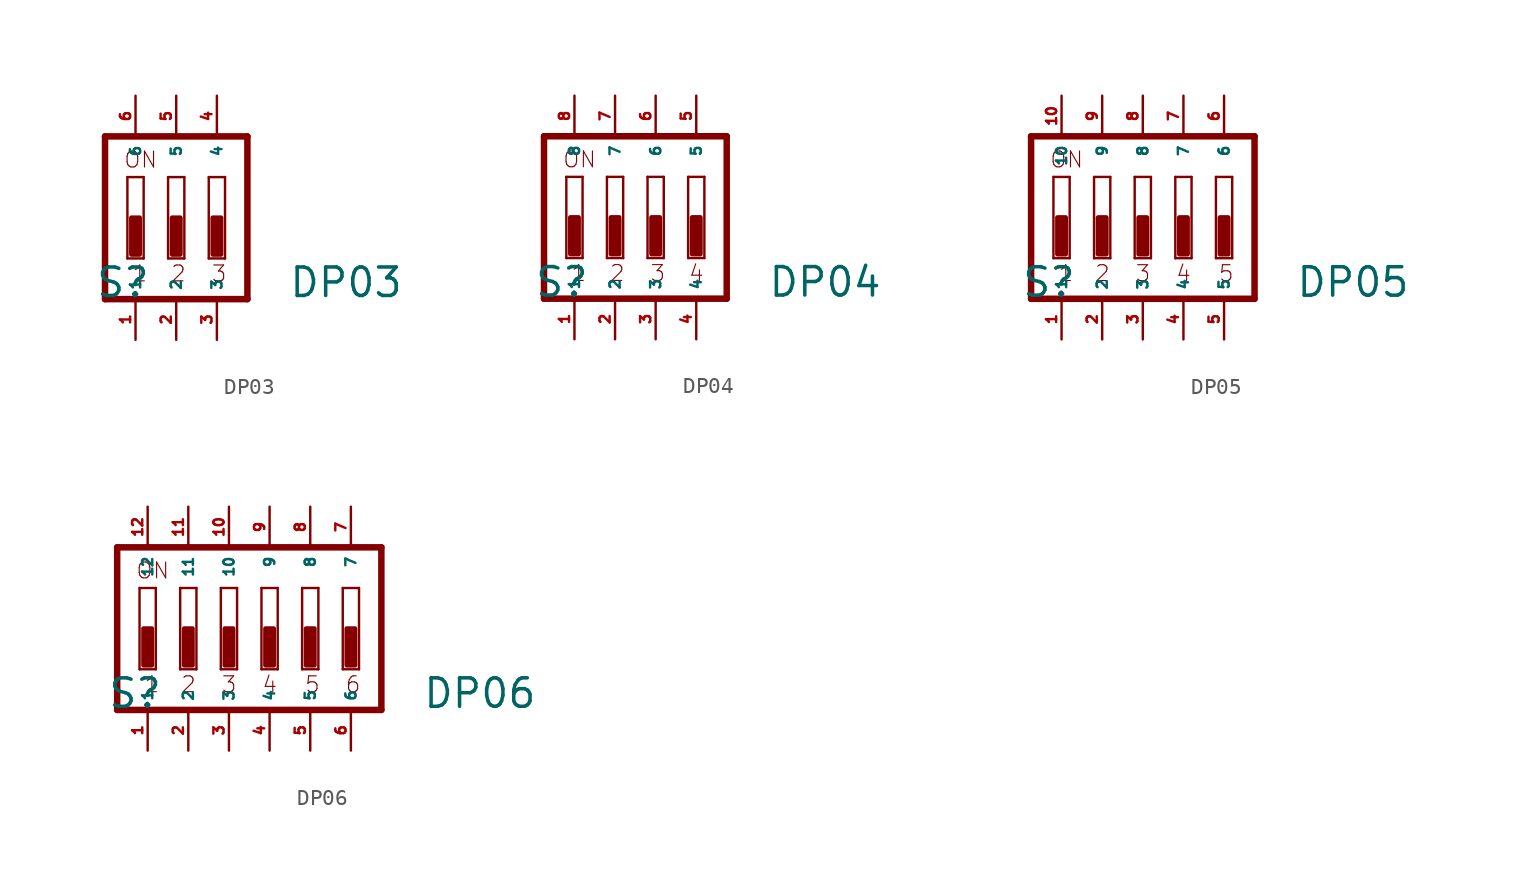
<source format=kicad_sym>
(kicad_symbol_lib
  (version 20220914)
  (generator Eagle2Kicad)
  (symbol "DP03"
    (property "Reference" "S"
      (at -5.08 -5.08 0)
      (effects (font (size 1.778 1.778) (thickness 0.22)) (justify left bottom)))
    (property "Value" "DP03"
      (at 6.985 -5.08 0)
      (effects (font (size 1.778 1.778) (thickness 0.22)) (justify left bottom)))
    (polyline
      (pts (xy 4.445 5.08) (xy 4.445 -5.08))
      (stroke (width 0.406) (type default))
      (fill (type none)))
    (polyline
      (pts (xy 4.445 5.08) (xy -4.445 5.08))
      (stroke (width 0.406) (type default))
      (fill (type none)))
    (polyline
      (pts (xy -4.445 5.08) (xy -4.445 -5.08))
      (stroke (width 0.406) (type default))
      (fill (type none)))
    (polyline
      (pts (xy -4.445 -5.08) (xy 4.445 -5.08))
      (stroke (width 0.406) (type default))
      (fill (type none)))
    (polyline
      (pts (xy -2.032 -2.54) (xy -3.048 -2.54))
      (stroke (width 0.152) (type default))
      (fill (type none)))
    (polyline
      (pts (xy -3.048 2.54) (xy -2.032 2.54))
      (stroke (width 0.152) (type default))
      (fill (type none)))
    (polyline
      (pts (xy -2.032 2.54) (xy -2.032 -2.54))
      (stroke (width 0.152) (type default))
      (fill (type none)))
    (polyline
      (pts (xy -3.048 -2.54) (xy -3.048 2.54))
      (stroke (width 0.152) (type default))
      (fill (type none)))
    (polyline
      (pts (xy 0.508 -2.54) (xy -0.508 -2.54))
      (stroke (width 0.152) (type default))
      (fill (type none)))
    (polyline
      (pts (xy -0.508 2.54) (xy 0.508 2.54))
      (stroke (width 0.152) (type default))
      (fill (type none)))
    (polyline
      (pts (xy 0.508 2.54) (xy 0.508 -2.54))
      (stroke (width 0.152) (type default))
      (fill (type none)))
    (polyline
      (pts (xy -0.508 -2.54) (xy -0.508 2.54))
      (stroke (width 0.152) (type default))
      (fill (type none)))
    (polyline
      (pts (xy 3.048 -2.54) (xy 2.032 -2.54))
      (stroke (width 0.152) (type default))
      (fill (type none)))
    (polyline
      (pts (xy 2.032 2.54) (xy 3.048 2.54))
      (stroke (width 0.152) (type default))
      (fill (type none)))
    (polyline
      (pts (xy 3.048 2.54) (xy 3.048 -2.54))
      (stroke (width 0.152) (type default))
      (fill (type none)))
    (polyline
      (pts (xy 2.032 -2.54) (xy 2.032 2.54))
      (stroke (width 0.152) (type default))
      (fill (type none)))
    (text "1"
      (at -2.794 -4.064 0)
      (effects (font (size 0.991 0.991) (thickness 0.07)) (justify left bottom)))
    (text "2"
      (at -0.381 -4.064 0)
      (effects (font (size 0.991 0.991) (thickness 0.07)) (justify left bottom)))
    (text "3"
      (at 2.159 -4.064 0)
      (effects (font (size 0.991 0.991) (thickness 0.07)) (justify left bottom)))
    (text "ON"
      (at -3.302 3.048 0)
      (effects (font (size 0.991 0.991) (thickness 0.07)) (justify left bottom)))
    (rectangle
      (start -2.794 -2.286)
      (end -2.286 0)
      (stroke (width 0.3) (type default))
      (fill (type outline)))
    (rectangle
      (start -0.254 -2.286)
      (end 0.254 0)
      (stroke (width 0.3) (type default))
      (fill (type outline)))
    (rectangle
      (start 2.286 -2.286)
      (end 2.794 0)
      (stroke (width 0.3) (type default))
      (fill (type outline)))
    (pin passive line
      (at 2.54 7.62 270)
      (length 2.54)
      (name "4" (effects (font (size 0.635 0.635) (thickness 0.08)) (justify left bottom)))
      (number "4" (effects (font (size 0.635 0.635) (thickness 0.08)) (justify left bottom))))
    (pin passive line
      (at 0 7.62 270)
      (length 2.54)
      (name "5" (effects (font (size 0.635 0.635) (thickness 0.08)) (justify left bottom)))
      (number "5" (effects (font (size 0.635 0.635) (thickness 0.08)) (justify left bottom))))
    (pin passive line
      (at -2.54 7.62 270)
      (length 2.54)
      (name "6" (effects (font (size 0.635 0.635) (thickness 0.08)) (justify left bottom)))
      (number "6" (effects (font (size 0.635 0.635) (thickness 0.08)) (justify left bottom))))
    (pin passive line
      (at -2.54 -7.62 90)
      (length 2.54)
      (name "1" (effects (font (size 0.635 0.635) (thickness 0.08)) (justify left bottom)))
      (number "1" (effects (font (size 0.635 0.635) (thickness 0.08)) (justify left bottom))))
    (pin passive line
      (at 0 -7.62 90)
      (length 2.54)
      (name "2" (effects (font (size 0.635 0.635) (thickness 0.08)) (justify left bottom)))
      (number "2" (effects (font (size 0.635 0.635) (thickness 0.08)) (justify left bottom))))
    (pin passive line
      (at 2.54 -7.62 90)
      (length 2.54)
      (name "3" (effects (font (size 0.635 0.635) (thickness 0.08)) (justify left bottom)))
      (number "3" (effects (font (size 0.635 0.635) (thickness 0.08)) (justify left bottom)))))
  (symbol "DP04"
    (property "Reference" "S"
      (at -5.08 -5.08 0)
      (effects (font (size 1.778 1.778) (thickness 0.22)) (justify left bottom)))
    (property "Value" "DP04"
      (at 9.525 -5.08 0)
      (effects (font (size 1.778 1.778) (thickness 0.22)) (justify left bottom)))
    (polyline
      (pts (xy 6.985 5.08) (xy -4.445 5.08))
      (stroke (width 0.406) (type default))
      (fill (type none)))
    (polyline
      (pts (xy -4.445 5.08) (xy -4.445 -5.08))
      (stroke (width 0.406) (type default))
      (fill (type none)))
    (polyline
      (pts (xy -4.445 -5.08) (xy 6.985 -5.08))
      (stroke (width 0.406) (type default))
      (fill (type none)))
    (polyline
      (pts (xy 6.985 -5.08) (xy 6.985 5.08))
      (stroke (width 0.406) (type default))
      (fill (type none)))
    (polyline
      (pts (xy -2.032 -2.54) (xy -3.048 -2.54))
      (stroke (width 0.152) (type default))
      (fill (type none)))
    (polyline
      (pts (xy -3.048 2.54) (xy -2.032 2.54))
      (stroke (width 0.152) (type default))
      (fill (type none)))
    (polyline
      (pts (xy -2.032 2.54) (xy -2.032 -2.54))
      (stroke (width 0.152) (type default))
      (fill (type none)))
    (polyline
      (pts (xy -3.048 -2.54) (xy -3.048 2.54))
      (stroke (width 0.152) (type default))
      (fill (type none)))
    (polyline
      (pts (xy 0.508 -2.54) (xy -0.508 -2.54))
      (stroke (width 0.152) (type default))
      (fill (type none)))
    (polyline
      (pts (xy -0.508 2.54) (xy 0.508 2.54))
      (stroke (width 0.152) (type default))
      (fill (type none)))
    (polyline
      (pts (xy 0.508 2.54) (xy 0.508 -2.54))
      (stroke (width 0.152) (type default))
      (fill (type none)))
    (polyline
      (pts (xy -0.508 -2.54) (xy -0.508 2.54))
      (stroke (width 0.152) (type default))
      (fill (type none)))
    (polyline
      (pts (xy 3.048 -2.54) (xy 2.032 -2.54))
      (stroke (width 0.152) (type default))
      (fill (type none)))
    (polyline
      (pts (xy 2.032 2.54) (xy 3.048 2.54))
      (stroke (width 0.152) (type default))
      (fill (type none)))
    (polyline
      (pts (xy 3.048 2.54) (xy 3.048 -2.54))
      (stroke (width 0.152) (type default))
      (fill (type none)))
    (polyline
      (pts (xy 2.032 -2.54) (xy 2.032 2.54))
      (stroke (width 0.152) (type default))
      (fill (type none)))
    (polyline
      (pts (xy 5.588 -2.54) (xy 4.572 -2.54))
      (stroke (width 0.152) (type default))
      (fill (type none)))
    (polyline
      (pts (xy 4.572 2.54) (xy 5.588 2.54))
      (stroke (width 0.152) (type default))
      (fill (type none)))
    (polyline
      (pts (xy 5.588 2.54) (xy 5.588 -2.54))
      (stroke (width 0.152) (type default))
      (fill (type none)))
    (polyline
      (pts (xy 4.572 -2.54) (xy 4.572 2.54))
      (stroke (width 0.152) (type default))
      (fill (type none)))
    (text "1"
      (at -2.794 -4.064 0)
      (effects (font (size 0.991 0.991) (thickness 0.07)) (justify left bottom)))
    (text "2"
      (at -0.381 -4.064 0)
      (effects (font (size 0.991 0.991) (thickness 0.07)) (justify left bottom)))
    (text "3"
      (at 2.159 -4.064 0)
      (effects (font (size 0.991 0.991) (thickness 0.07)) (justify left bottom)))
    (text "4"
      (at 4.572 -4.064 0)
      (effects (font (size 0.991 0.991) (thickness 0.07)) (justify left bottom)))
    (text "ON"
      (at -3.302 3.048 0)
      (effects (font (size 0.991 0.991) (thickness 0.07)) (justify left bottom)))
    (rectangle
      (start -2.794 -2.286)
      (end -2.286 0)
      (stroke (width 0.3) (type default))
      (fill (type outline)))
    (rectangle
      (start -0.254 -2.286)
      (end 0.254 0)
      (stroke (width 0.3) (type default))
      (fill (type outline)))
    (rectangle
      (start 2.286 -2.286)
      (end 2.794 0)
      (stroke (width 0.3) (type default))
      (fill (type outline)))
    (rectangle
      (start 4.826 -2.286)
      (end 5.334 0)
      (stroke (width 0.3) (type default))
      (fill (type outline)))
    (pin passive line
      (at 5.08 7.62 270)
      (length 2.54)
      (name "5" (effects (font (size 0.635 0.635) (thickness 0.08)) (justify left bottom)))
      (number "5" (effects (font (size 0.635 0.635) (thickness 0.08)) (justify left bottom))))
    (pin passive line
      (at 2.54 7.62 270)
      (length 2.54)
      (name "6" (effects (font (size 0.635 0.635) (thickness 0.08)) (justify left bottom)))
      (number "6" (effects (font (size 0.635 0.635) (thickness 0.08)) (justify left bottom))))
    (pin passive line
      (at 0 7.62 270)
      (length 2.54)
      (name "7" (effects (font (size 0.635 0.635) (thickness 0.08)) (justify left bottom)))
      (number "7" (effects (font (size 0.635 0.635) (thickness 0.08)) (justify left bottom))))
    (pin passive line
      (at -2.54 7.62 270)
      (length 2.54)
      (name "8" (effects (font (size 0.635 0.635) (thickness 0.08)) (justify left bottom)))
      (number "8" (effects (font (size 0.635 0.635) (thickness 0.08)) (justify left bottom))))
    (pin passive line
      (at -2.54 -7.62 90)
      (length 2.54)
      (name "1" (effects (font (size 0.635 0.635) (thickness 0.08)) (justify left bottom)))
      (number "1" (effects (font (size 0.635 0.635) (thickness 0.08)) (justify left bottom))))
    (pin passive line
      (at 0 -7.62 90)
      (length 2.54)
      (name "2" (effects (font (size 0.635 0.635) (thickness 0.08)) (justify left bottom)))
      (number "2" (effects (font (size 0.635 0.635) (thickness 0.08)) (justify left bottom))))
    (pin passive line
      (at 2.54 -7.62 90)
      (length 2.54)
      (name "3" (effects (font (size 0.635 0.635) (thickness 0.08)) (justify left bottom)))
      (number "3" (effects (font (size 0.635 0.635) (thickness 0.08)) (justify left bottom))))
    (pin passive line
      (at 5.08 -7.62 90)
      (length 2.54)
      (name "4" (effects (font (size 0.635 0.635) (thickness 0.08)) (justify left bottom)))
      (number "4" (effects (font (size 0.635 0.635) (thickness 0.08)) (justify left bottom)))))
  (symbol "DP05"
    (property "Reference" "S"
      (at -7.62 -5.08 0)
      (effects (font (size 1.778 1.778) (thickness 0.22)) (justify left bottom)))
    (property "Value" "DP05"
      (at 9.525 -5.08 0)
      (effects (font (size 1.778 1.778) (thickness 0.22)) (justify left bottom)))
    (polyline
      (pts (xy 6.985 5.08) (xy -6.985 5.08))
      (stroke (width 0.406) (type default))
      (fill (type none)))
    (polyline
      (pts (xy -6.985 5.08) (xy -6.985 -5.08))
      (stroke (width 0.406) (type default))
      (fill (type none)))
    (polyline
      (pts (xy -6.985 -5.08) (xy 6.985 -5.08))
      (stroke (width 0.406) (type default))
      (fill (type none)))
    (polyline
      (pts (xy 6.985 -5.08) (xy 6.985 5.08))
      (stroke (width 0.406) (type default))
      (fill (type none)))
    (polyline
      (pts (xy -4.572 -2.54) (xy -5.588 -2.54))
      (stroke (width 0.152) (type default))
      (fill (type none)))
    (polyline
      (pts (xy -5.588 2.54) (xy -4.572 2.54))
      (stroke (width 0.152) (type default))
      (fill (type none)))
    (polyline
      (pts (xy -4.572 2.54) (xy -4.572 -2.54))
      (stroke (width 0.152) (type default))
      (fill (type none)))
    (polyline
      (pts (xy -5.588 -2.54) (xy -5.588 2.54))
      (stroke (width 0.152) (type default))
      (fill (type none)))
    (polyline
      (pts (xy -2.032 -2.54) (xy -3.048 -2.54))
      (stroke (width 0.152) (type default))
      (fill (type none)))
    (polyline
      (pts (xy -3.048 2.54) (xy -2.032 2.54))
      (stroke (width 0.152) (type default))
      (fill (type none)))
    (polyline
      (pts (xy -2.032 2.54) (xy -2.032 -2.54))
      (stroke (width 0.152) (type default))
      (fill (type none)))
    (polyline
      (pts (xy -3.048 -2.54) (xy -3.048 2.54))
      (stroke (width 0.152) (type default))
      (fill (type none)))
    (polyline
      (pts (xy 0.508 -2.54) (xy -0.508 -2.54))
      (stroke (width 0.152) (type default))
      (fill (type none)))
    (polyline
      (pts (xy -0.508 2.54) (xy 0.508 2.54))
      (stroke (width 0.152) (type default))
      (fill (type none)))
    (polyline
      (pts (xy 0.508 2.54) (xy 0.508 -2.54))
      (stroke (width 0.152) (type default))
      (fill (type none)))
    (polyline
      (pts (xy -0.508 -2.54) (xy -0.508 2.54))
      (stroke (width 0.152) (type default))
      (fill (type none)))
    (polyline
      (pts (xy 3.048 -2.54) (xy 2.032 -2.54))
      (stroke (width 0.152) (type default))
      (fill (type none)))
    (polyline
      (pts (xy 2.032 2.54) (xy 3.048 2.54))
      (stroke (width 0.152) (type default))
      (fill (type none)))
    (polyline
      (pts (xy 3.048 2.54) (xy 3.048 -2.54))
      (stroke (width 0.152) (type default))
      (fill (type none)))
    (polyline
      (pts (xy 2.032 -2.54) (xy 2.032 2.54))
      (stroke (width 0.152) (type default))
      (fill (type none)))
    (polyline
      (pts (xy 5.588 -2.54) (xy 4.572 -2.54))
      (stroke (width 0.152) (type default))
      (fill (type none)))
    (polyline
      (pts (xy 4.572 2.54) (xy 5.588 2.54))
      (stroke (width 0.152) (type default))
      (fill (type none)))
    (polyline
      (pts (xy 5.588 2.54) (xy 5.588 -2.54))
      (stroke (width 0.152) (type default))
      (fill (type none)))
    (polyline
      (pts (xy 4.572 -2.54) (xy 4.572 2.54))
      (stroke (width 0.152) (type default))
      (fill (type none)))
    (text "1"
      (at -5.334 -4.064 0)
      (effects (font (size 0.991 0.991) (thickness 0.07)) (justify left bottom)))
    (text "2"
      (at -3.048 -4.064 0)
      (effects (font (size 0.991 0.991) (thickness 0.07)) (justify left bottom)))
    (text "3"
      (at -0.508 -4.064 0)
      (effects (font (size 0.991 0.991) (thickness 0.07)) (justify left bottom)))
    (text "4"
      (at 2.032 -4.064 0)
      (effects (font (size 0.991 0.991) (thickness 0.07)) (justify left bottom)))
    (text "5"
      (at 4.699 -4.064 0)
      (effects (font (size 0.991 0.991) (thickness 0.07)) (justify left bottom)))
    (text "ON"
      (at -5.842 3.048 0)
      (effects (font (size 0.991 0.991) (thickness 0.07)) (justify left bottom)))
    (rectangle
      (start -5.334 -2.286)
      (end -4.826 0)
      (stroke (width 0.3) (type default))
      (fill (type outline)))
    (rectangle
      (start -2.794 -2.286)
      (end -2.286 0)
      (stroke (width 0.3) (type default))
      (fill (type outline)))
    (rectangle
      (start -0.254 -2.286)
      (end 0.254 0)
      (stroke (width 0.3) (type default))
      (fill (type outline)))
    (rectangle
      (start 2.286 -2.286)
      (end 2.794 0)
      (stroke (width 0.3) (type default))
      (fill (type outline)))
    (rectangle
      (start 4.826 -2.286)
      (end 5.334 0)
      (stroke (width 0.3) (type default))
      (fill (type outline)))
    (pin passive line
      (at 5.08 7.62 270)
      (length 2.54)
      (name "6" (effects (font (size 0.635 0.635) (thickness 0.08)) (justify left bottom)))
      (number "6" (effects (font (size 0.635 0.635) (thickness 0.08)) (justify left bottom))))
    (pin passive line
      (at 2.54 7.62 270)
      (length 2.54)
      (name "7" (effects (font (size 0.635 0.635) (thickness 0.08)) (justify left bottom)))
      (number "7" (effects (font (size 0.635 0.635) (thickness 0.08)) (justify left bottom))))
    (pin passive line
      (at 0 7.62 270)
      (length 2.54)
      (name "8" (effects (font (size 0.635 0.635) (thickness 0.08)) (justify left bottom)))
      (number "8" (effects (font (size 0.635 0.635) (thickness 0.08)) (justify left bottom))))
    (pin passive line
      (at -2.54 7.62 270)
      (length 2.54)
      (name "9" (effects (font (size 0.635 0.635) (thickness 0.08)) (justify left bottom)))
      (number "9" (effects (font (size 0.635 0.635) (thickness 0.08)) (justify left bottom))))
    (pin passive line
      (at -5.08 7.62 270)
      (length 2.54)
      (name "10" (effects (font (size 0.635 0.635) (thickness 0.08)) (justify left bottom)))
      (number "10" (effects (font (size 0.635 0.635) (thickness 0.08)) (justify left bottom))))
    (pin passive line
      (at -5.08 -7.62 90)
      (length 2.54)
      (name "1" (effects (font (size 0.635 0.635) (thickness 0.08)) (justify left bottom)))
      (number "1" (effects (font (size 0.635 0.635) (thickness 0.08)) (justify left bottom))))
    (pin passive line
      (at -2.54 -7.62 90)
      (length 2.54)
      (name "2" (effects (font (size 0.635 0.635) (thickness 0.08)) (justify left bottom)))
      (number "2" (effects (font (size 0.635 0.635) (thickness 0.08)) (justify left bottom))))
    (pin passive line
      (at 0 -7.62 90)
      (length 2.54)
      (name "3" (effects (font (size 0.635 0.635) (thickness 0.08)) (justify left bottom)))
      (number "3" (effects (font (size 0.635 0.635) (thickness 0.08)) (justify left bottom))))
    (pin passive line
      (at 2.54 -7.62 90)
      (length 2.54)
      (name "4" (effects (font (size 0.635 0.635) (thickness 0.08)) (justify left bottom)))
      (number "4" (effects (font (size 0.635 0.635) (thickness 0.08)) (justify left bottom))))
    (pin passive line
      (at 5.08 -7.62 90)
      (length 2.54)
      (name "5" (effects (font (size 0.635 0.635) (thickness 0.08)) (justify left bottom)))
      (number "5" (effects (font (size 0.635 0.635) (thickness 0.08)) (justify left bottom)))))
  (symbol "DP06"
    (property "Reference" "S"
      (at -10.16 -5.08 0)
      (effects (font (size 1.778 1.778) (thickness 0.22)) (justify left bottom)))
    (property "Value" "DP06"
      (at 9.525 -5.08 0)
      (effects (font (size 1.778 1.778) (thickness 0.22)) (justify left bottom)))
    (polyline
      (pts (xy 6.985 5.08) (xy -9.525 5.08))
      (stroke (width 0.406) (type default))
      (fill (type none)))
    (polyline
      (pts (xy -9.525 5.08) (xy -9.525 -5.08))
      (stroke (width 0.406) (type default))
      (fill (type none)))
    (polyline
      (pts (xy -9.525 -5.08) (xy 6.985 -5.08))
      (stroke (width 0.406) (type default))
      (fill (type none)))
    (polyline
      (pts (xy 6.985 -5.08) (xy 6.985 5.08))
      (stroke (width 0.406) (type default))
      (fill (type none)))
    (polyline
      (pts (xy -7.112 -2.54) (xy -8.128 -2.54))
      (stroke (width 0.152) (type default))
      (fill (type none)))
    (polyline
      (pts (xy -8.128 2.54) (xy -7.112 2.54))
      (stroke (width 0.152) (type default))
      (fill (type none)))
    (polyline
      (pts (xy -7.112 2.54) (xy -7.112 -2.54))
      (stroke (width 0.152) (type default))
      (fill (type none)))
    (polyline
      (pts (xy -8.128 -2.54) (xy -8.128 2.54))
      (stroke (width 0.152) (type default))
      (fill (type none)))
    (polyline
      (pts (xy -4.572 -2.54) (xy -5.588 -2.54))
      (stroke (width 0.152) (type default))
      (fill (type none)))
    (polyline
      (pts (xy -5.588 2.54) (xy -4.572 2.54))
      (stroke (width 0.152) (type default))
      (fill (type none)))
    (polyline
      (pts (xy -4.572 2.54) (xy -4.572 -2.54))
      (stroke (width 0.152) (type default))
      (fill (type none)))
    (polyline
      (pts (xy -5.588 -2.54) (xy -5.588 2.54))
      (stroke (width 0.152) (type default))
      (fill (type none)))
    (polyline
      (pts (xy -2.032 -2.54) (xy -3.048 -2.54))
      (stroke (width 0.152) (type default))
      (fill (type none)))
    (polyline
      (pts (xy -3.048 2.54) (xy -2.032 2.54))
      (stroke (width 0.152) (type default))
      (fill (type none)))
    (polyline
      (pts (xy -2.032 2.54) (xy -2.032 -2.54))
      (stroke (width 0.152) (type default))
      (fill (type none)))
    (polyline
      (pts (xy -3.048 -2.54) (xy -3.048 2.54))
      (stroke (width 0.152) (type default))
      (fill (type none)))
    (polyline
      (pts (xy 0.508 -2.54) (xy -0.508 -2.54))
      (stroke (width 0.152) (type default))
      (fill (type none)))
    (polyline
      (pts (xy -0.508 2.54) (xy 0.508 2.54))
      (stroke (width 0.152) (type default))
      (fill (type none)))
    (polyline
      (pts (xy 0.508 2.54) (xy 0.508 -2.54))
      (stroke (width 0.152) (type default))
      (fill (type none)))
    (polyline
      (pts (xy -0.508 -2.54) (xy -0.508 2.54))
      (stroke (width 0.152) (type default))
      (fill (type none)))
    (polyline
      (pts (xy 3.048 -2.54) (xy 2.032 -2.54))
      (stroke (width 0.152) (type default))
      (fill (type none)))
    (polyline
      (pts (xy 2.032 2.54) (xy 3.048 2.54))
      (stroke (width 0.152) (type default))
      (fill (type none)))
    (polyline
      (pts (xy 3.048 2.54) (xy 3.048 -2.54))
      (stroke (width 0.152) (type default))
      (fill (type none)))
    (polyline
      (pts (xy 2.032 -2.54) (xy 2.032 2.54))
      (stroke (width 0.152) (type default))
      (fill (type none)))
    (polyline
      (pts (xy 5.588 -2.54) (xy 4.572 -2.54))
      (stroke (width 0.152) (type default))
      (fill (type none)))
    (polyline
      (pts (xy 4.572 2.54) (xy 5.588 2.54))
      (stroke (width 0.152) (type default))
      (fill (type none)))
    (polyline
      (pts (xy 5.588 2.54) (xy 5.588 -2.54))
      (stroke (width 0.152) (type default))
      (fill (type none)))
    (polyline
      (pts (xy 4.572 -2.54) (xy 4.572 2.54))
      (stroke (width 0.152) (type default))
      (fill (type none)))
    (text "1"
      (at -7.874 -4.064 0)
      (effects (font (size 0.991 0.991) (thickness 0.07)) (justify left bottom)))
    (text "2"
      (at -5.588 -4.064 0)
      (effects (font (size 0.991 0.991) (thickness 0.07)) (justify left bottom)))
    (text "3"
      (at -3.048 -4.064 0)
      (effects (font (size 0.991 0.991) (thickness 0.07)) (justify left bottom)))
    (text "4"
      (at -0.508 -4.064 0)
      (effects (font (size 0.991 0.991) (thickness 0.07)) (justify left bottom)))
    (text "5"
      (at 2.159 -4.064 0)
      (effects (font (size 0.991 0.991) (thickness 0.07)) (justify left bottom)))
    (text "6"
      (at 4.699 -4.064 0)
      (effects (font (size 0.991 0.991) (thickness 0.07)) (justify left bottom)))
    (text "ON"
      (at -8.382 3.048 0)
      (effects (font (size 0.991 0.991) (thickness 0.07)) (justify left bottom)))
    (rectangle
      (start -7.874 -2.286)
      (end -7.366 0)
      (stroke (width 0.3) (type default))
      (fill (type outline)))
    (rectangle
      (start -5.334 -2.286)
      (end -4.826 0)
      (stroke (width 0.3) (type default))
      (fill (type outline)))
    (rectangle
      (start -2.794 -2.286)
      (end -2.286 0)
      (stroke (width 0.3) (type default))
      (fill (type outline)))
    (rectangle
      (start -0.254 -2.286)
      (end 0.254 0)
      (stroke (width 0.3) (type default))
      (fill (type outline)))
    (rectangle
      (start 2.286 -2.286)
      (end 2.794 0)
      (stroke (width 0.3) (type default))
      (fill (type outline)))
    (rectangle
      (start 4.826 -2.286)
      (end 5.334 0)
      (stroke (width 0.3) (type default))
      (fill (type outline)))
    (pin passive line
      (at 5.08 7.62 270)
      (length 2.54)
      (name "7" (effects (font (size 0.635 0.635) (thickness 0.08)) (justify left bottom)))
      (number "7" (effects (font (size 0.635 0.635) (thickness 0.08)) (justify left bottom))))
    (pin passive line
      (at 2.54 7.62 270)
      (length 2.54)
      (name "8" (effects (font (size 0.635 0.635) (thickness 0.08)) (justify left bottom)))
      (number "8" (effects (font (size 0.635 0.635) (thickness 0.08)) (justify left bottom))))
    (pin passive line
      (at 0 7.62 270)
      (length 2.54)
      (name "9" (effects (font (size 0.635 0.635) (thickness 0.08)) (justify left bottom)))
      (number "9" (effects (font (size 0.635 0.635) (thickness 0.08)) (justify left bottom))))
    (pin passive line
      (at -2.54 7.62 270)
      (length 2.54)
      (name "10" (effects (font (size 0.635 0.635) (thickness 0.08)) (justify left bottom)))
      (number "10" (effects (font (size 0.635 0.635) (thickness 0.08)) (justify left bottom))))
    (pin passive line
      (at -5.08 7.62 270)
      (length 2.54)
      (name "11" (effects (font (size 0.635 0.635) (thickness 0.08)) (justify left bottom)))
      (number "11" (effects (font (size 0.635 0.635) (thickness 0.08)) (justify left bottom))))
    (pin passive line
      (at -7.62 7.62 270)
      (length 2.54)
      (name "12" (effects (font (size 0.635 0.635) (thickness 0.08)) (justify left bottom)))
      (number "12" (effects (font (size 0.635 0.635) (thickness 0.08)) (justify left bottom))))
    (pin passive line
      (at -7.62 -7.62 90)
      (length 2.54)
      (name "1" (effects (font (size 0.635 0.635) (thickness 0.08)) (justify left bottom)))
      (number "1" (effects (font (size 0.635 0.635) (thickness 0.08)) (justify left bottom))))
    (pin passive line
      (at -5.08 -7.62 90)
      (length 2.54)
      (name "2" (effects (font (size 0.635 0.635) (thickness 0.08)) (justify left bottom)))
      (number "2" (effects (font (size 0.635 0.635) (thickness 0.08)) (justify left bottom))))
    (pin passive line
      (at -2.54 -7.62 90)
      (length 2.54)
      (name "3" (effects (font (size 0.635 0.635) (thickness 0.08)) (justify left bottom)))
      (number "3" (effects (font (size 0.635 0.635) (thickness 0.08)) (justify left bottom))))
    (pin passive line
      (at 0 -7.62 90)
      (length 2.54)
      (name "4" (effects (font (size 0.635 0.635) (thickness 0.08)) (justify left bottom)))
      (number "4" (effects (font (size 0.635 0.635) (thickness 0.08)) (justify left bottom))))
    (pin passive line
      (at 2.54 -7.62 90)
      (length 2.54)
      (name "5" (effects (font (size 0.635 0.635) (thickness 0.08)) (justify left bottom)))
      (number "5" (effects (font (size 0.635 0.635) (thickness 0.08)) (justify left bottom))))
    (pin passive line
      (at 5.08 -7.62 90)
      (length 2.54)
      (name "6" (effects (font (size 0.635 0.635) (thickness 0.08)) (justify left bottom)))
      (number "6" (effects (font (size 0.635 0.635) (thickness 0.08)) (justify left bottom))))))
</source>
